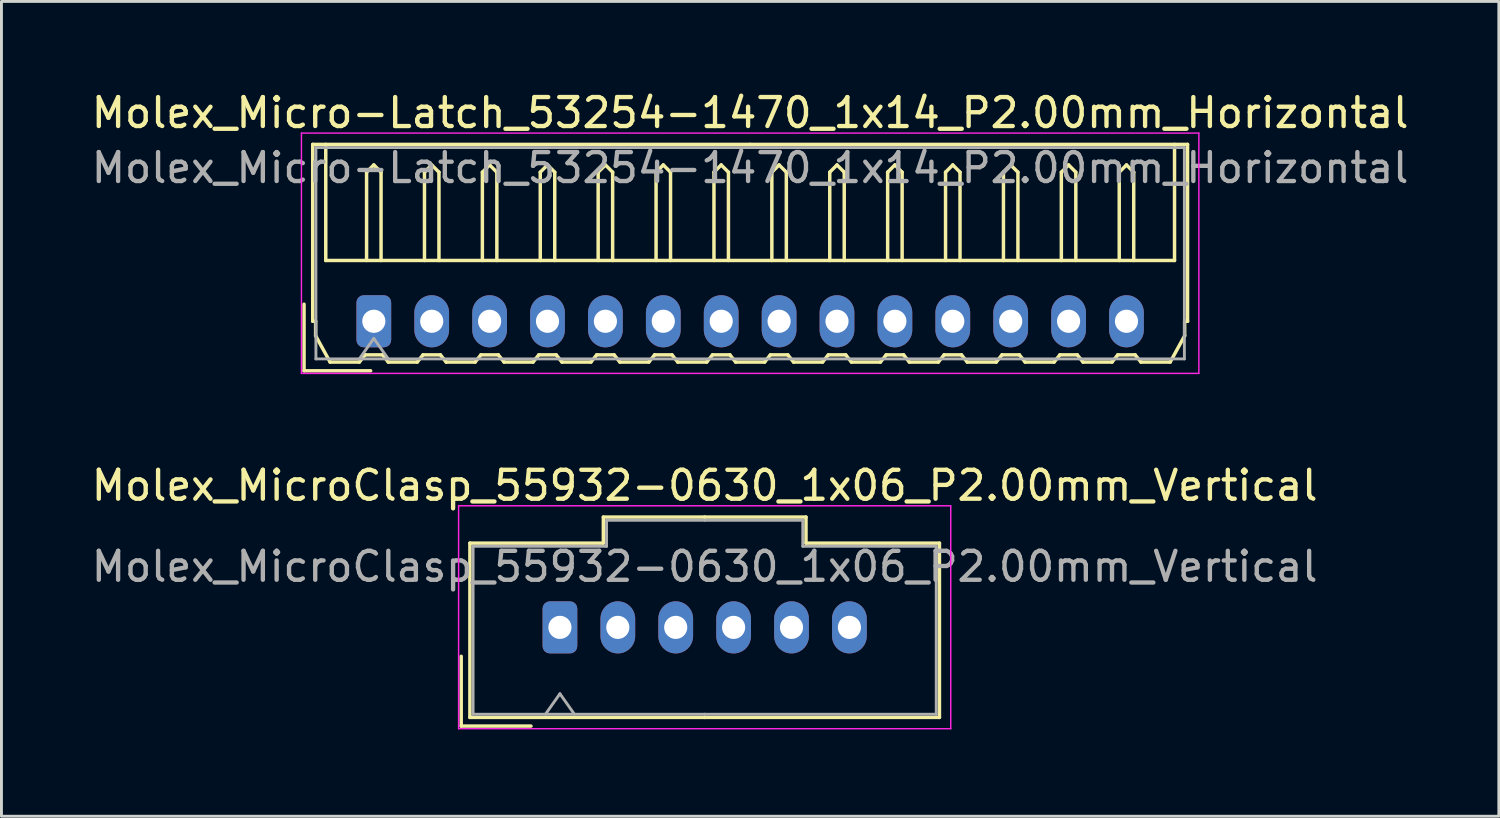
<source format=kicad_pcb>
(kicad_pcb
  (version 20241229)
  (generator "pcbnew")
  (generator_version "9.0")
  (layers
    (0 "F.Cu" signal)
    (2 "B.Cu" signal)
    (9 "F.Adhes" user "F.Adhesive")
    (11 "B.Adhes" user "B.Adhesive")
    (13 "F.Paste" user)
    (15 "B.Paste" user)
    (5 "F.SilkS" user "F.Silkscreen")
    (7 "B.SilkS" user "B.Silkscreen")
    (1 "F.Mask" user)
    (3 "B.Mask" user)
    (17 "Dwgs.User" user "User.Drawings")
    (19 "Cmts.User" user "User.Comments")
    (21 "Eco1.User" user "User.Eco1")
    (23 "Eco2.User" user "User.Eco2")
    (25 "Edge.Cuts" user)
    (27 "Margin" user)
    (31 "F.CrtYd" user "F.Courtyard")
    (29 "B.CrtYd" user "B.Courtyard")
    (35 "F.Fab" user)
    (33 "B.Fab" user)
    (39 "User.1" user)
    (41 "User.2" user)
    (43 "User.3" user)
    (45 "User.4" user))
  (footprint "Molex_MicroClasp_55932-0630_1x06_P2.00mm_Vertical"
    (layer "F.Cu")
    (at 16.292 18.622)
    (property "Reference" "Molex_MicroClasp_55932-0630_1x06_P2.00mm_Vertical" (at 5 -4.9 0) (layer "F.SilkS") (effects (font (size 1 1) (thickness 0.15))))
    (attr through_hole)
    (fp_line (start -3.41 1) (end -3.41 3.41) (stroke (width 0.12) (type solid)) (layer "F.SilkS"))
    (fp_line (start -3.41 3.41) (end -1 3.41) (stroke (width 0.12) (type solid)) (layer "F.SilkS"))
    (fp_line (start -3.11 -2.91) (end -3.11 3.11) (stroke (width 0.12) (type solid)) (layer "F.SilkS"))
    (fp_line (start -3.11 3.11) (end 5 3.11) (stroke (width 0.12) (type solid)) (layer "F.SilkS"))
    (fp_line (start 1.5 -3.81) (end 1.5 -2.91) (stroke (width 0.12) (type solid)) (layer "F.SilkS"))
    (fp_line (start 1.5 -2.91) (end -3.11 -2.91) (stroke (width 0.12) (type solid)) (layer "F.SilkS"))
    (fp_line (start 5 -3.81) (end 1.5 -3.81) (stroke (width 0.12) (type solid)) (layer "F.SilkS"))
    (fp_line (start 5 -3.81) (end 8.5 -3.81) (stroke (width 0.12) (type solid)) (layer "F.SilkS"))
    (fp_line (start 8.5 -3.81) (end 8.5 -2.91) (stroke (width 0.12) (type solid)) (layer "F.SilkS"))
    (fp_line (start 8.5 -2.91) (end 13.11 -2.91) (stroke (width 0.12) (type solid)) (layer "F.SilkS"))
    (fp_line (start 13.11 -2.91) (end 13.11 3.11) (stroke (width 0.12) (type solid)) (layer "F.SilkS"))
    (fp_line (start 13.11 3.11) (end 5 3.11) (stroke (width 0.12) (type solid)) (layer "F.SilkS"))
    (fp_line (start -3.5 -4.2) (end -3.5 3.5) (stroke (width 0.05) (type solid)) (layer "F.CrtYd"))
    (fp_line (start -3.5 3.5) (end 13.5 3.5) (stroke (width 0.05) (type solid)) (layer "F.CrtYd"))
    (fp_line (start 13.5 -4.2) (end -3.5 -4.2) (stroke (width 0.05) (type solid)) (layer "F.CrtYd"))
    (fp_line (start 13.5 3.5) (end 13.5 -4.2) (stroke (width 0.05) (type solid)) (layer "F.CrtYd"))
    (fp_line (start -3 -2.8) (end -3 3) (stroke (width 0.1) (type solid)) (layer "F.Fab"))
    (fp_line (start -3 3) (end 5 3) (stroke (width 0.1) (type solid)) (layer "F.Fab"))
    (fp_line (start -0.5 3) (end 0 2.293) (stroke (width 0.1) (type solid)) (layer "F.Fab"))
    (fp_line (start 0 2.293) (end 0.5 3) (stroke (width 0.1) (type solid)) (layer "F.Fab"))
    (fp_line (start 1.61 -3.7) (end 1.61 -2.8) (stroke (width 0.1) (type solid)) (layer "F.Fab"))
    (fp_line (start 1.61 -2.8) (end -3 -2.8) (stroke (width 0.1) (type solid)) (layer "F.Fab"))
    (fp_line (start 5 -3.7) (end 1.61 -3.7) (stroke (width 0.1) (type solid)) (layer "F.Fab"))
    (fp_line (start 5 -3.7) (end 8.39 -3.7) (stroke (width 0.1) (type solid)) (layer "F.Fab"))
    (fp_line (start 8.39 -3.7) (end 8.39 -2.8) (stroke (width 0.1) (type solid)) (layer "F.Fab"))
    (fp_line (start 8.39 -2.8) (end 13 -2.8) (stroke (width 0.1) (type solid)) (layer "F.Fab"))
    (fp_line (start 13 -2.8) (end 13 3) (stroke (width 0.1) (type solid)) (layer "F.Fab"))
    (fp_line (start 13 3) (end 5 3) (stroke (width 0.1) (type solid)) (layer "F.Fab"))
    (fp_text user "${REFERENCE}" (at 5 -2.1 0) (layer "F.Fab") (effects (font (size 1 1) (thickness 0.15))))
    (pad "1" thru_hole roundrect (at 0 0) (size 1.2 1.8) (drill 0.8) (layers "*.Cu" "*.Mask") (roundrect_rratio 0.208))
    (pad "2" thru_hole oval (at 2 0) (size 1.2 1.8) (drill 0.8) (layers "*.Cu" "*.Mask"))
    (pad "3" thru_hole oval (at 4 0) (size 1.2 1.8) (drill 0.8) (layers "*.Cu" "*.Mask"))
    (pad "4" thru_hole oval (at 6 0) (size 1.2 1.8) (drill 0.8) (layers "*.Cu" "*.Mask"))
    (pad "5" thru_hole oval (at 8 0) (size 1.2 1.8) (drill 0.8) (layers "*.Cu" "*.Mask"))
    (pad "6" thru_hole oval (at 10 0) (size 1.2 1.8) (drill 0.8) (layers "*.Cu" "*.Mask")))
  (footprint "Molex_Micro-Latch_53254-1470_1x14_P2.00mm_Horizontal"
    (layer "F.Cu")
    (at 9.863 8.048)
    (property "Reference" "Molex_Micro-Latch_53254-1470_1x14_P2.00mm_Horizontal" (at 13 -7.2 0) (layer "F.SilkS") (effects (font (size 1 1) (thickness 0.15))))
    (attr through_hole)
    (fp_line (start -2.41 1.71) (end -2.41 -0.59) (stroke (width 0.12) (type solid)) (layer "F.SilkS"))
    (fp_line (start -2.11 -6.11) (end 13 -6.11) (stroke (width 0.12) (type solid)) (layer "F.SilkS"))
    (fp_line (start -2.11 0) (end -2.11 -6.11) (stroke (width 0.12) (type solid)) (layer "F.SilkS"))
    (fp_line (start -2.01 0) (end -2.11 0) (stroke (width 0.12) (type solid)) (layer "F.SilkS"))
    (fp_line (start -2.01 0.5) (end -2.01 0) (stroke (width 0.12) (type solid)) (layer "F.SilkS"))
    (fp_line (start -1.66 -6.11) (end -1.66 -2.1) (stroke (width 0.12) (type solid)) (layer "F.SilkS"))
    (fp_line (start -1.66 -2.1) (end 27.66 -2.1) (stroke (width 0.12) (type solid)) (layer "F.SilkS"))
    (fp_line (start -1.51 1.41) (end -2.01 0.5) (stroke (width 0.12) (type solid)) (layer "F.SilkS"))
    (fp_line (start -0.5 1.41) (end -1.51 1.41) (stroke (width 0.12) (type solid)) (layer "F.SilkS"))
    (fp_line (start -0.3 1.16) (end -0.5 1.41) (stroke (width 0.12) (type solid)) (layer "F.SilkS"))
    (fp_line (start -0.3 1.16) (end 0.3 1.16) (stroke (width 0.12) (type solid)) (layer "F.SilkS"))
    (fp_line (start -0.25 -5.15) (end 0 -5.4) (stroke (width 0.12) (type solid)) (layer "F.SilkS"))
    (fp_line (start -0.25 -2.1) (end -0.25 -5.15) (stroke (width 0.12) (type solid)) (layer "F.SilkS"))
    (fp_line (start -0.11 1.71) (end -2.41 1.71) (stroke (width 0.12) (type solid)) (layer "F.SilkS"))
    (fp_line (start 0 -5.4) (end 0.25 -5.15) (stroke (width 0.12) (type solid)) (layer "F.SilkS"))
    (fp_line (start 0.25 -5.15) (end 0.25 -2.1) (stroke (width 0.12) (type solid)) (layer "F.SilkS"))
    (fp_line (start 0.3 1.16) (end 0.5 1.41) (stroke (width 0.12) (type solid)) (layer "F.SilkS"))
    (fp_line (start 0.5 1.41) (end 1.5 1.41) (stroke (width 0.12) (type solid)) (layer "F.SilkS"))
    (fp_line (start 1.5 1.41) (end 1.7 1.16) (stroke (width 0.12) (type solid)) (layer "F.SilkS"))
    (fp_line (start 1.7 1.16) (end 2.3 1.16) (stroke (width 0.12) (type solid)) (layer "F.SilkS"))
    (fp_line (start 1.75 -5.15) (end 2 -5.4) (stroke (width 0.12) (type solid)) (layer "F.SilkS"))
    (fp_line (start 1.75 -2.1) (end 1.75 -5.15) (stroke (width 0.12) (type solid)) (layer "F.SilkS"))
    (fp_line (start 2 -5.4) (end 2.25 -5.15) (stroke (width 0.12) (type solid)) (layer "F.SilkS"))
    (fp_line (start 2.25 -5.15) (end 2.25 -2.1) (stroke (width 0.12) (type solid)) (layer "F.SilkS"))
    (fp_line (start 2.3 1.16) (end 2.5 1.41) (stroke (width 0.12) (type solid)) (layer "F.SilkS"))
    (fp_line (start 2.5 1.41) (end 3.5 1.41) (stroke (width 0.12) (type solid)) (layer "F.SilkS"))
    (fp_line (start 3.5 1.41) (end 3.7 1.16) (stroke (width 0.12) (type solid)) (layer "F.SilkS"))
    (fp_line (start 3.7 1.16) (end 4.3 1.16) (stroke (width 0.12) (type solid)) (layer "F.SilkS"))
    (fp_line (start 3.75 -5.15) (end 4 -5.4) (stroke (width 0.12) (type solid)) (layer "F.SilkS"))
    (fp_line (start 3.75 -2.1) (end 3.75 -5.15) (stroke (width 0.12) (type solid)) (layer "F.SilkS"))
    (fp_line (start 4 -5.4) (end 4.25 -5.15) (stroke (width 0.12) (type solid)) (layer "F.SilkS"))
    (fp_line (start 4.25 -5.15) (end 4.25 -2.1) (stroke (width 0.12) (type solid)) (layer "F.SilkS"))
    (fp_line (start 4.3 1.16) (end 4.5 1.41) (stroke (width 0.12) (type solid)) (layer "F.SilkS"))
    (fp_line (start 4.5 1.41) (end 5.5 1.41) (stroke (width 0.12) (type solid)) (layer "F.SilkS"))
    (fp_line (start 5.5 1.41) (end 5.7 1.16) (stroke (width 0.12) (type solid)) (layer "F.SilkS"))
    (fp_line (start 5.7 1.16) (end 6.3 1.16) (stroke (width 0.12) (type solid)) (layer "F.SilkS"))
    (fp_line (start 5.75 -5.15) (end 6 -5.4) (stroke (width 0.12) (type solid)) (layer "F.SilkS"))
    (fp_line (start 5.75 -2.1) (end 5.75 -5.15) (stroke (width 0.12) (type solid)) (layer "F.SilkS"))
    (fp_line (start 6 -5.4) (end 6.25 -5.15) (stroke (width 0.12) (type solid)) (layer "F.SilkS"))
    (fp_line (start 6.25 -5.15) (end 6.25 -2.1) (stroke (width 0.12) (type solid)) (layer "F.SilkS"))
    (fp_line (start 6.3 1.16) (end 6.5 1.41) (stroke (width 0.12) (type solid)) (layer "F.SilkS"))
    (fp_line (start 6.5 1.41) (end 7.5 1.41) (stroke (width 0.12) (type solid)) (layer "F.SilkS"))
    (fp_line (start 7.5 1.41) (end 7.7 1.16) (stroke (width 0.12) (type solid)) (layer "F.SilkS"))
    (fp_line (start 7.7 1.16) (end 8.3 1.16) (stroke (width 0.12) (type solid)) (layer "F.SilkS"))
    (fp_line (start 7.75 -5.15) (end 8 -5.4) (stroke (width 0.12) (type solid)) (layer "F.SilkS"))
    (fp_line (start 7.75 -2.1) (end 7.75 -5.15) (stroke (width 0.12) (type solid)) (layer "F.SilkS"))
    (fp_line (start 8 -5.4) (end 8.25 -5.15) (stroke (width 0.12) (type solid)) (layer "F.SilkS"))
    (fp_line (start 8.25 -5.15) (end 8.25 -2.1) (stroke (width 0.12) (type solid)) (layer "F.SilkS"))
    (fp_line (start 8.3 1.16) (end 8.5 1.41) (stroke (width 0.12) (type solid)) (layer "F.SilkS"))
    (fp_line (start 8.5 1.41) (end 9.5 1.41) (stroke (width 0.12) (type solid)) (layer "F.SilkS"))
    (fp_line (start 9.5 1.41) (end 9.7 1.16) (stroke (width 0.12) (type solid)) (layer "F.SilkS"))
    (fp_line (start 9.7 1.16) (end 10.3 1.16) (stroke (width 0.12) (type solid)) (layer "F.SilkS"))
    (fp_line (start 9.75 -5.15) (end 10 -5.4) (stroke (width 0.12) (type solid)) (layer "F.SilkS"))
    (fp_line (start 9.75 -2.1) (end 9.75 -5.15) (stroke (width 0.12) (type solid)) (layer "F.SilkS"))
    (fp_line (start 10 -5.4) (end 10.25 -5.15) (stroke (width 0.12) (type solid)) (layer "F.SilkS"))
    (fp_line (start 10.25 -5.15) (end 10.25 -2.1) (stroke (width 0.12) (type solid)) (layer "F.SilkS"))
    (fp_line (start 10.3 1.16) (end 10.5 1.41) (stroke (width 0.12) (type solid)) (layer "F.SilkS"))
    (fp_line (start 10.5 1.41) (end 11.5 1.41) (stroke (width 0.12) (type solid)) (layer "F.SilkS"))
    (fp_line (start 11.5 1.41) (end 11.7 1.16) (stroke (width 0.12) (type solid)) (layer "F.SilkS"))
    (fp_line (start 11.7 1.16) (end 12.3 1.16) (stroke (width 0.12) (type solid)) (layer "F.SilkS"))
    (fp_line (start 11.75 -5.15) (end 12 -5.4) (stroke (width 0.12) (type solid)) (layer "F.SilkS"))
    (fp_line (start 11.75 -2.1) (end 11.75 -5.15) (stroke (width 0.12) (type solid)) (layer "F.SilkS"))
    (fp_line (start 12 -5.4) (end 12.25 -5.15) (stroke (width 0.12) (type solid)) (layer "F.SilkS"))
    (fp_line (start 12.25 -5.15) (end 12.25 -2.1) (stroke (width 0.12) (type solid)) (layer "F.SilkS"))
    (fp_line (start 12.3 1.16) (end 12.5 1.41) (stroke (width 0.12) (type solid)) (layer "F.SilkS"))
    (fp_line (start 12.5 1.41) (end 13.5 1.41) (stroke (width 0.12) (type solid)) (layer "F.SilkS"))
    (fp_line (start 13.5 1.41) (end 13.7 1.16) (stroke (width 0.12) (type solid)) (layer "F.SilkS"))
    (fp_line (start 13.7 1.16) (end 14.3 1.16) (stroke (width 0.12) (type solid)) (layer "F.SilkS"))
    (fp_line (start 13.75 -5.15) (end 14 -5.4) (stroke (width 0.12) (type solid)) (layer "F.SilkS"))
    (fp_line (start 13.75 -2.1) (end 13.75 -5.15) (stroke (width 0.12) (type solid)) (layer "F.SilkS"))
    (fp_line (start 14 -5.4) (end 14.25 -5.15) (stroke (width 0.12) (type solid)) (layer "F.SilkS"))
    (fp_line (start 14.25 -5.15) (end 14.25 -2.1) (stroke (width 0.12) (type solid)) (layer "F.SilkS"))
    (fp_line (start 14.3 1.16) (end 14.5 1.41) (stroke (width 0.12) (type solid)) (layer "F.SilkS"))
    (fp_line (start 14.5 1.41) (end 15.5 1.41) (stroke (width 0.12) (type solid)) (layer "F.SilkS"))
    (fp_line (start 15.5 1.41) (end 15.7 1.16) (stroke (width 0.12) (type solid)) (layer "F.SilkS"))
    (fp_line (start 15.7 1.16) (end 16.3 1.16) (stroke (width 0.12) (type solid)) (layer "F.SilkS"))
    (fp_line (start 15.75 -5.15) (end 16 -5.4) (stroke (width 0.12) (type solid)) (layer "F.SilkS"))
    (fp_line (start 15.75 -2.1) (end 15.75 -5.15) (stroke (width 0.12) (type solid)) (layer "F.SilkS"))
    (fp_line (start 16 -5.4) (end 16.25 -5.15) (stroke (width 0.12) (type solid)) (layer "F.SilkS"))
    (fp_line (start 16.25 -5.15) (end 16.25 -2.1) (stroke (width 0.12) (type solid)) (layer "F.SilkS"))
    (fp_line (start 16.3 1.16) (end 16.5 1.41) (stroke (width 0.12) (type solid)) (layer "F.SilkS"))
    (fp_line (start 16.5 1.41) (end 17.5 1.41) (stroke (width 0.12) (type solid)) (layer "F.SilkS"))
    (fp_line (start 17.5 1.41) (end 17.7 1.16) (stroke (width 0.12) (type solid)) (layer "F.SilkS"))
    (fp_line (start 17.7 1.16) (end 18.3 1.16) (stroke (width 0.12) (type solid)) (layer "F.SilkS"))
    (fp_line (start 17.75 -5.15) (end 18 -5.4) (stroke (width 0.12) (type solid)) (layer "F.SilkS"))
    (fp_line (start 17.75 -2.1) (end 17.75 -5.15) (stroke (width 0.12) (type solid)) (layer "F.SilkS"))
    (fp_line (start 18 -5.4) (end 18.25 -5.15) (stroke (width 0.12) (type solid)) (layer "F.SilkS"))
    (fp_line (start 18.25 -5.15) (end 18.25 -2.1) (stroke (width 0.12) (type solid)) (layer "F.SilkS"))
    (fp_line (start 18.3 1.16) (end 18.5 1.41) (stroke (width 0.12) (type solid)) (layer "F.SilkS"))
    (fp_line (start 18.5 1.41) (end 19.5 1.41) (stroke (width 0.12) (type solid)) (layer "F.SilkS"))
    (fp_line (start 19.5 1.41) (end 19.7 1.16) (stroke (width 0.12) (type solid)) (layer "F.SilkS"))
    (fp_line (start 19.7 1.16) (end 20.3 1.16) (stroke (width 0.12) (type solid)) (layer "F.SilkS"))
    (fp_line (start 19.75 -5.15) (end 20 -5.4) (stroke (width 0.12) (type solid)) (layer "F.SilkS"))
    (fp_line (start 19.75 -2.1) (end 19.75 -5.15) (stroke (width 0.12) (type solid)) (layer "F.SilkS"))
    (fp_line (start 20 -5.4) (end 20.25 -5.15) (stroke (width 0.12) (type solid)) (layer "F.SilkS"))
    (fp_line (start 20.25 -5.15) (end 20.25 -2.1) (stroke (width 0.12) (type solid)) (layer "F.SilkS"))
    (fp_line (start 20.3 1.16) (end 20.5 1.41) (stroke (width 0.12) (type solid)) (layer "F.SilkS"))
    (fp_line (start 20.5 1.41) (end 21.5 1.41) (stroke (width 0.12) (type solid)) (layer "F.SilkS"))
    (fp_line (start 21.5 1.41) (end 21.7 1.16) (stroke (width 0.12) (type solid)) (layer "F.SilkS"))
    (fp_line (start 21.7 1.16) (end 22.3 1.16) (stroke (width 0.12) (type solid)) (layer "F.SilkS"))
    (fp_line (start 21.75 -5.15) (end 22 -5.4) (stroke (width 0.12) (type solid)) (layer "F.SilkS"))
    (fp_line (start 21.75 -2.1) (end 21.75 -5.15) (stroke (width 0.12) (type solid)) (layer "F.SilkS"))
    (fp_line (start 22 -5.4) (end 22.25 -5.15) (stroke (width 0.12) (type solid)) (layer "F.SilkS"))
    (fp_line (start 22.25 -5.15) (end 22.25 -2.1) (stroke (width 0.12) (type solid)) (layer "F.SilkS"))
    (fp_line (start 22.3 1.16) (end 22.5 1.41) (stroke (width 0.12) (type solid)) (layer "F.SilkS"))
    (fp_line (start 22.5 1.41) (end 23.5 1.41) (stroke (width 0.12) (type solid)) (layer "F.SilkS"))
    (fp_line (start 23.5 1.41) (end 23.7 1.16) (stroke (width 0.12) (type solid)) (layer "F.SilkS"))
    (fp_line (start 23.7 1.16) (end 24.3 1.16) (stroke (width 0.12) (type solid)) (layer "F.SilkS"))
    (fp_line (start 23.75 -5.15) (end 24 -5.4) (stroke (width 0.12) (type solid)) (layer "F.SilkS"))
    (fp_line (start 23.75 -2.1) (end 23.75 -5.15) (stroke (width 0.12) (type solid)) (layer "F.SilkS"))
    (fp_line (start 24 -5.4) (end 24.25 -5.15) (stroke (width 0.12) (type solid)) (layer "F.SilkS"))
    (fp_line (start 24.25 -5.15) (end 24.25 -2.1) (stroke (width 0.12) (type solid)) (layer "F.SilkS"))
    (fp_line (start 24.3 1.16) (end 24.5 1.41) (stroke (width 0.12) (type solid)) (layer "F.SilkS"))
    (fp_line (start 24.5 1.41) (end 25.5 1.41) (stroke (width 0.12) (type solid)) (layer "F.SilkS"))
    (fp_line (start 25.5 1.41) (end 25.7 1.16) (stroke (width 0.12) (type solid)) (layer "F.SilkS"))
    (fp_line (start 25.7 1.16) (end 26.3 1.16) (stroke (width 0.12) (type solid)) (layer "F.SilkS"))
    (fp_line (start 25.75 -5.15) (end 26 -5.4) (stroke (width 0.12) (type solid)) (layer "F.SilkS"))
    (fp_line (start 25.75 -2.1) (end 25.75 -5.15) (stroke (width 0.12) (type solid)) (layer "F.SilkS"))
    (fp_line (start 26 -5.4) (end 26.25 -5.15) (stroke (width 0.12) (type solid)) (layer "F.SilkS"))
    (fp_line (start 26.25 -5.15) (end 26.25 -2.1) (stroke (width 0.12) (type solid)) (layer "F.SilkS"))
    (fp_line (start 26.3 1.16) (end 26.5 1.41) (stroke (width 0.12) (type solid)) (layer "F.SilkS"))
    (fp_line (start 26.5 1.41) (end 27.51 1.41) (stroke (width 0.12) (type solid)) (layer "F.SilkS"))
    (fp_line (start 27.51 1.41) (end 28.01 0.5) (stroke (width 0.12) (type solid)) (layer "F.SilkS"))
    (fp_line (start 27.66 -2.1) (end 27.66 -6.11) (stroke (width 0.12) (type solid)) (layer "F.SilkS"))
    (fp_line (start 28.01 0) (end 28.11 0) (stroke (width 0.12) (type solid)) (layer "F.SilkS"))
    (fp_line (start 28.01 0.5) (end 28.01 0) (stroke (width 0.12) (type solid)) (layer "F.SilkS"))
    (fp_line (start 28.11 -6.11) (end 13 -6.11) (stroke (width 0.12) (type solid)) (layer "F.SilkS"))
    (fp_line (start 28.11 0) (end 28.11 -6.11) (stroke (width 0.12) (type solid)) (layer "F.SilkS"))
    (fp_line (start -2.5 -6.5) (end -2.5 1.8) (stroke (width 0.05) (type solid)) (layer "F.CrtYd"))
    (fp_line (start -2.5 1.8) (end 28.5 1.8) (stroke (width 0.05) (type solid)) (layer "F.CrtYd"))
    (fp_line (start 28.5 -6.5) (end -2.5 -6.5) (stroke (width 0.05) (type solid)) (layer "F.CrtYd"))
    (fp_line (start 28.5 1.8) (end 28.5 -6.5) (stroke (width 0.05) (type solid)) (layer "F.CrtYd"))
    (fp_line (start -2 -6) (end -2 1.3) (stroke (width 0.1) (type solid)) (layer "F.Fab"))
    (fp_line (start -2 1.3) (end 28 1.3) (stroke (width 0.1) (type solid)) (layer "F.Fab"))
    (fp_line (start -0.5 1.3) (end 0 0.593) (stroke (width 0.1) (type solid)) (layer "F.Fab"))
    (fp_line (start 0 0.593) (end 0.5 1.3) (stroke (width 0.1) (type solid)) (layer "F.Fab"))
    (fp_line (start 28 -6) (end -2 -6) (stroke (width 0.1) (type solid)) (layer "F.Fab"))
    (fp_line (start 28 1.3) (end 28 -6) (stroke (width 0.1) (type solid)) (layer "F.Fab"))
    (fp_text user "${REFERENCE}" (at 13 -5.3 0) (layer "F.Fab") (effects (font (size 1 1) (thickness 0.15))))
    (pad "1" thru_hole roundrect (at 0 0) (size 1.2 1.8) (drill 0.8) (layers "*.Cu" "*.Mask") (roundrect_rratio 0.208))
    (pad "2" thru_hole oval (at 2 0) (size 1.2 1.8) (drill 0.8) (layers "*.Cu" "*.Mask"))
    (pad "3" thru_hole oval (at 4 0) (size 1.2 1.8) (drill 0.8) (layers "*.Cu" "*.Mask"))
    (pad "4" thru_hole oval (at 6 0) (size 1.2 1.8) (drill 0.8) (layers "*.Cu" "*.Mask"))
    (pad "5" thru_hole oval (at 8 0) (size 1.2 1.8) (drill 0.8) (layers "*.Cu" "*.Mask"))
    (pad "6" thru_hole oval (at 10 0) (size 1.2 1.8) (drill 0.8) (layers "*.Cu" "*.Mask"))
    (pad "7" thru_hole oval (at 12 0) (size 1.2 1.8) (drill 0.8) (layers "*.Cu" "*.Mask"))
    (pad "8" thru_hole oval (at 14 0) (size 1.2 1.8) (drill 0.8) (layers "*.Cu" "*.Mask"))
    (pad "9" thru_hole oval (at 16 0) (size 1.2 1.8) (drill 0.8) (layers "*.Cu" "*.Mask"))
    (pad "10" thru_hole oval (at 18 0) (size 1.2 1.8) (drill 0.8) (layers "*.Cu" "*.Mask"))
    (pad "11" thru_hole oval (at 20 0) (size 1.2 1.8) (drill 0.8) (layers "*.Cu" "*.Mask"))
    (pad "12" thru_hole oval (at 22 0) (size 1.2 1.8) (drill 0.8) (layers "*.Cu" "*.Mask"))
    (pad "13" thru_hole oval (at 24 0) (size 1.2 1.8) (drill 0.8) (layers "*.Cu" "*.Mask"))
    (pad "14" thru_hole oval (at 26 0) (size 1.2 1.8) (drill 0.8) (layers "*.Cu" "*.Mask")))
  (gr_rect
    (start -3 -3)
    (end 48.726 25.146)
    (stroke (width 0.1) (type default))
    (fill no)
    (layer "Edge.Cuts")))
</source>
